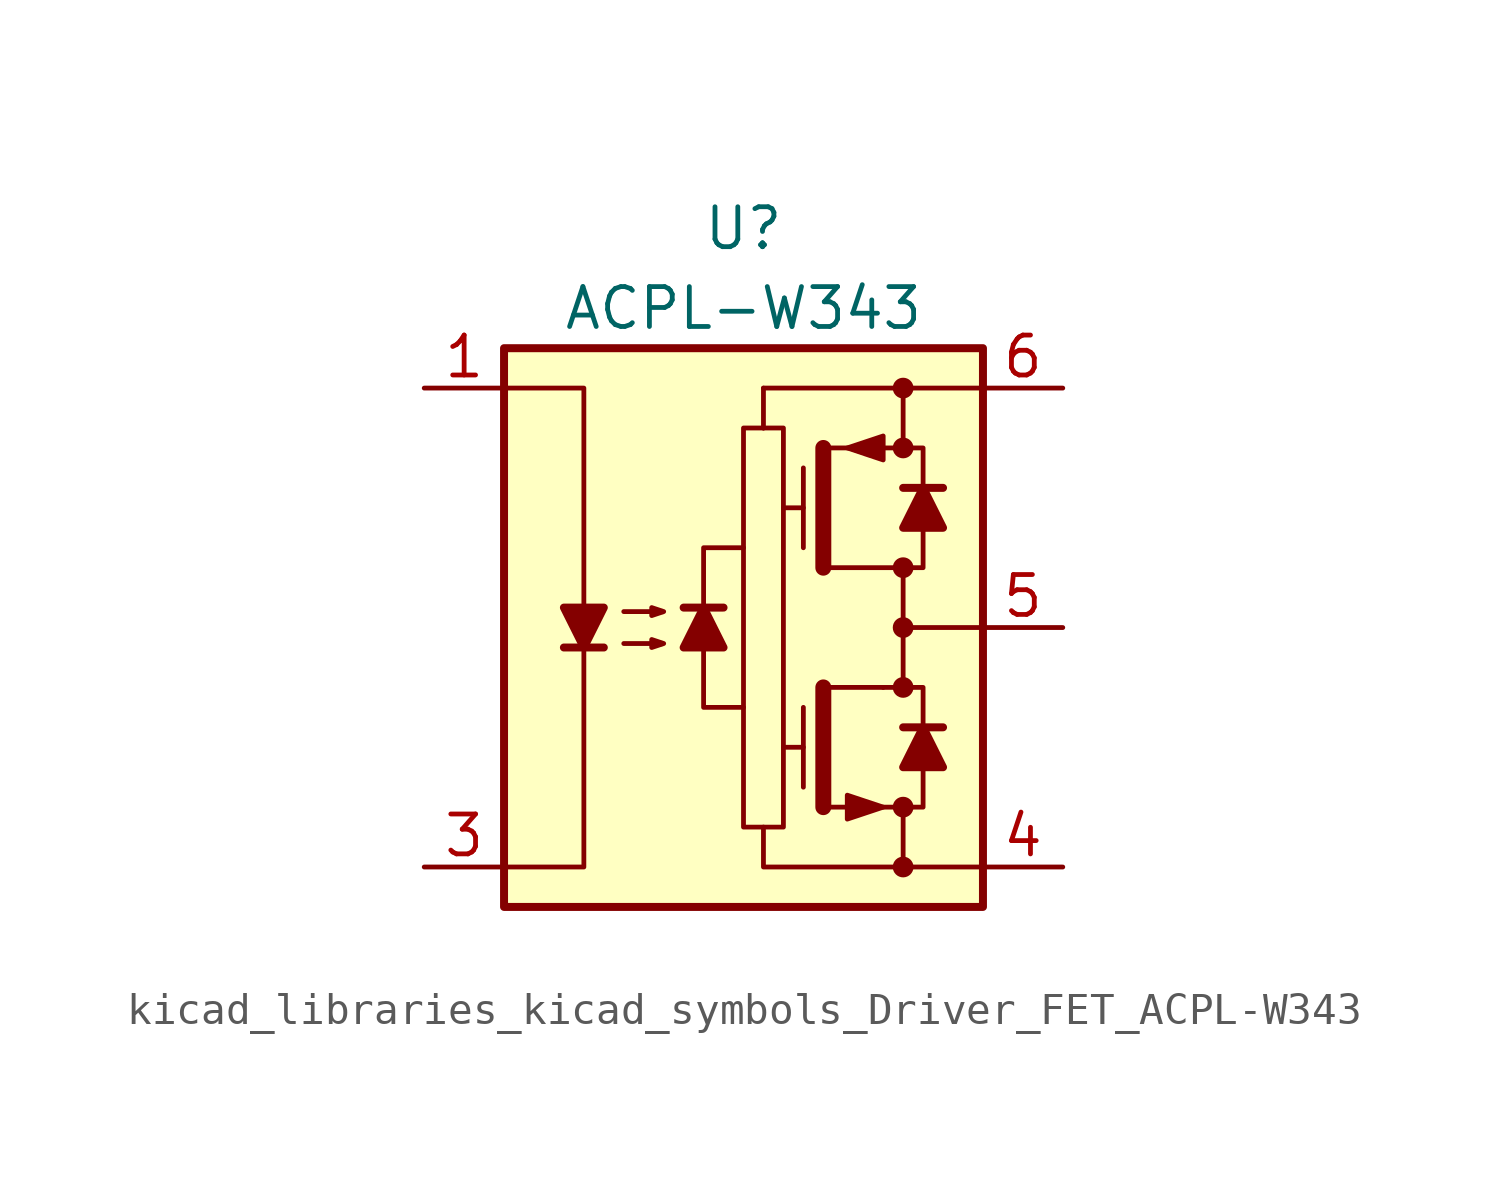
<source format=kicad_sym>
(kicad_symbol_lib
  (version 20220914)
  (generator kicad_symbol_editor)
  (symbol "kicad_libraries_kicad_symbols_Driver_FET_ACPL-W343"
    (pin_names hide)
    (property "Reference" "U"
      (at 0 12.7 0)
      (effects (font (size 1.27 1.27))))
    (property "Value" "ACPL-W343"
      (at 0 10.16 0)
      (effects (font (size 1.27 1.27))))
    (symbol "kicad_libraries_kicad_symbols_Driver_FET_ACPL-W343_0_1"
      (rectangle (start -7.62 8.89) (end 7.62 -8.89) (stroke (width 0.254) (type default)) (fill (type background)))
      (polyline (pts (xy -5.715 -0.635) (xy -4.445 -0.635)) (stroke (width 0.254) (type default)) (fill (type none)))
      (polyline (pts (xy -0.635 0.635) (xy -1.905 0.635)) (stroke (width 0.254) (type default)) (fill (type none)))
      (polyline (pts (xy 1.27 -3.81) (xy 1.905 -3.81)) (stroke (width 0) (type default)) (fill (type none)))
      (polyline (pts (xy 1.27 3.81) (xy 1.905 3.81)) (stroke (width 0) (type default)) (fill (type none)))
      (polyline (pts (xy 1.905 -5.08) (xy 1.905 -2.54)) (stroke (width 0) (type default)) (fill (type none)))
      (polyline (pts (xy 1.905 2.54) (xy 1.905 5.08)) (stroke (width 0) (type default)) (fill (type none)))
      (polyline (pts (xy 2.54 -5.715) (xy 2.54 -1.905)) (stroke (width 0.508) (type default)) (fill (type none)))
      (polyline (pts (xy 2.54 1.905) (xy 2.54 5.715)) (stroke (width 0.508) (type default)) (fill (type none)))
      (polyline (pts (xy 4.445 -1.905) (xy 2.54 -1.905)) (stroke (width 0) (type default)) (fill (type none)))
      (polyline (pts (xy 4.445 5.715) (xy 2.54 5.715)) (stroke (width 0) (type default)) (fill (type none)))
      (polyline (pts (xy 5.08 -5.715) (xy 5.08 -7.62)) (stroke (width 0) (type default)) (fill (type none)))
      (polyline (pts (xy 5.08 0) (xy 7.62 0)) (stroke (width 0) (type default)) (fill (type none)))
      (polyline (pts (xy 5.08 1.905) (xy 5.08 -1.905)) (stroke (width 0) (type default)) (fill (type none)))
      (polyline (pts (xy 5.08 7.62) (xy 5.08 5.715)) (stroke (width 0) (type default)) (fill (type none)))
      (polyline (pts (xy 6.35 -3.175) (xy 5.08 -3.175)) (stroke (width 0.254) (type default)) (fill (type none)))
      (polyline (pts (xy 6.35 4.445) (xy 5.08 4.445)) (stroke (width 0.254) (type default)) (fill (type none)))
      (polyline (pts (xy 7.62 7.62) (xy 0.635 7.62)) (stroke (width 0) (type default)) (fill (type none)))
      (polyline (pts (xy -1.27 -0.635) (xy -1.27 -2.54) (xy 0 -2.54)) (stroke (width 0) (type default)) (fill (type none)))
      (polyline (pts (xy -1.27 0.635) (xy -1.27 2.54) (xy 0 2.54)) (stroke (width 0) (type default)) (fill (type none)))
      (polyline (pts (xy 0.635 -6.35) (xy 0.635 -7.62) (xy 7.62 -7.62)) (stroke (width 0) (type default)) (fill (type none)))
      (polyline (pts (xy 4.445 -1.905) (xy 5.715 -1.905) (xy 5.715 -3.175)) (stroke (width 0) (type default)) (fill (type none)))
      (polyline (pts (xy 4.445 5.715) (xy 5.715 5.715) (xy 5.715 4.445)) (stroke (width 0) (type default)) (fill (type none)))
      (polyline (pts (xy 5.715 -4.445) (xy 5.715 -5.715) (xy 2.54 -5.715)) (stroke (width 0) (type default)) (fill (type none)))
      (polyline (pts (xy 5.715 3.175) (xy 5.715 1.905) (xy 2.54 1.905)) (stroke (width 0) (type default)) (fill (type none)))
      (polyline (pts (xy -7.62 7.62) (xy -5.08 7.62) (xy -5.08 -7.62) (xy -7.62 -7.62)) (stroke (width 0) (type default)) (fill (type none)))
      (polyline (pts (xy -5.08 -0.635) (xy -5.715 0.635) (xy -4.445 0.635) (xy -5.08 -0.635)) (stroke (width 0.254) (type default)) (fill (type outline)))
      (polyline (pts (xy -1.27 0.635) (xy -0.635 -0.635) (xy -1.905 -0.635) (xy -1.27 0.635)) (stroke (width 0.254) (type default)) (fill (type outline)))
      (polyline (pts (xy 3.302 5.715) (xy 4.445 6.096) (xy 4.445 5.334) (xy 3.302 5.715)) (stroke (width 0) (type default)) (fill (type outline)))
      (polyline (pts (xy 4.445 -5.715) (xy 3.302 -5.334) (xy 3.302 -6.096) (xy 4.445 -5.715)) (stroke (width 0) (type default)) (fill (type outline)))
      (polyline (pts (xy 5.715 -3.175) (xy 6.35 -4.445) (xy 5.08 -4.445) (xy 5.715 -3.175)) (stroke (width 0.254) (type default)) (fill (type outline)))
      (polyline (pts (xy 5.715 4.445) (xy 6.35 3.175) (xy 5.08 3.175) (xy 5.715 4.445)) (stroke (width 0.254) (type default)) (fill (type outline)))
      (polyline (pts (xy -3.81 -0.508) (xy -2.54 -0.508) (xy -2.921 -0.635) (xy -2.921 -0.381) (xy -2.54 -0.508)) (stroke (width 0) (type default)) (fill (type none)))
      (polyline (pts (xy -3.81 0.508) (xy -2.54 0.508) (xy -2.921 0.381) (xy -2.921 0.635) (xy -2.54 0.508)) (stroke (width 0) (type default)) (fill (type none)))
      (polyline (pts (xy 1.27 6.35) (xy 1.27 -6.35) (xy 0 -6.35) (xy 0 6.35) (xy 1.27 6.35)) (stroke (width 0) (type default)) (fill (type none)))
      (rectangle (start 0.635 6.35) (end 0.635 6.35) (stroke (width 0) (type default)) (fill (type none)))
      (rectangle (start 0.635 6.35) (end 0.635 7.62) (stroke (width 0) (type default)) (fill (type none)))
      (circle (center 5.08 -7.62) (radius 0.254) (stroke (width 0) (type default)) (fill (type outline)))
      (circle (center 5.08 -5.715) (radius 0.254) (stroke (width 0) (type default)) (fill (type outline)))
      (circle (center 5.08 -1.905) (radius 0.254) (stroke (width 0) (type default)) (fill (type outline)))
      (circle (center 5.08 0) (radius 0.254) (stroke (width 0) (type default)) (fill (type outline)))
      (circle (center 5.08 1.905) (radius 0.254) (stroke (width 0) (type default)) (fill (type outline)))
      (circle (center 5.08 5.715) (radius 0.254) (stroke (width 0) (type default)) (fill (type outline)))
      (circle (center 5.08 7.62) (radius 0.254) (stroke (width 0) (type default)) (fill (type outline))))
    (symbol "kicad_libraries_kicad_symbols_Driver_FET_ACPL-W343_1_1"
      (pin passive line (at -10.16 7.62 0) (length 2.54) (name "A" (effects (font (size 1.27 1.27)))) (number "1" (effects (font (size 1.27 1.27)))))
      (pin no_connect line (at -7.62 0 0) (length 2.54) hide (name "NC" (effects (font (size 1.27 1.27)))) (number "2" (effects (font (size 1.27 1.27)))))
      (pin passive line (at -10.16 -7.62 0) (length 2.54) (name "C" (effects (font (size 1.27 1.27)))) (number "3" (effects (font (size 1.27 1.27)))))
      (pin power_in line (at 10.16 -7.62 180) (length 2.54) (name "VEE" (effects (font (size 1.27 1.27)))) (number "4" (effects (font (size 1.27 1.27)))))
      (pin output line (at 10.16 0 180) (length 2.54) (name "VO" (effects (font (size 1.27 1.27)))) (number "5" (effects (font (size 1.27 1.27)))))
      (pin power_in line (at 10.16 7.62 180) (length 2.54) (name "VCC" (effects (font (size 1.27 1.27)))) (number "6" (effects (font (size 1.27 1.27))))))))
</source>
